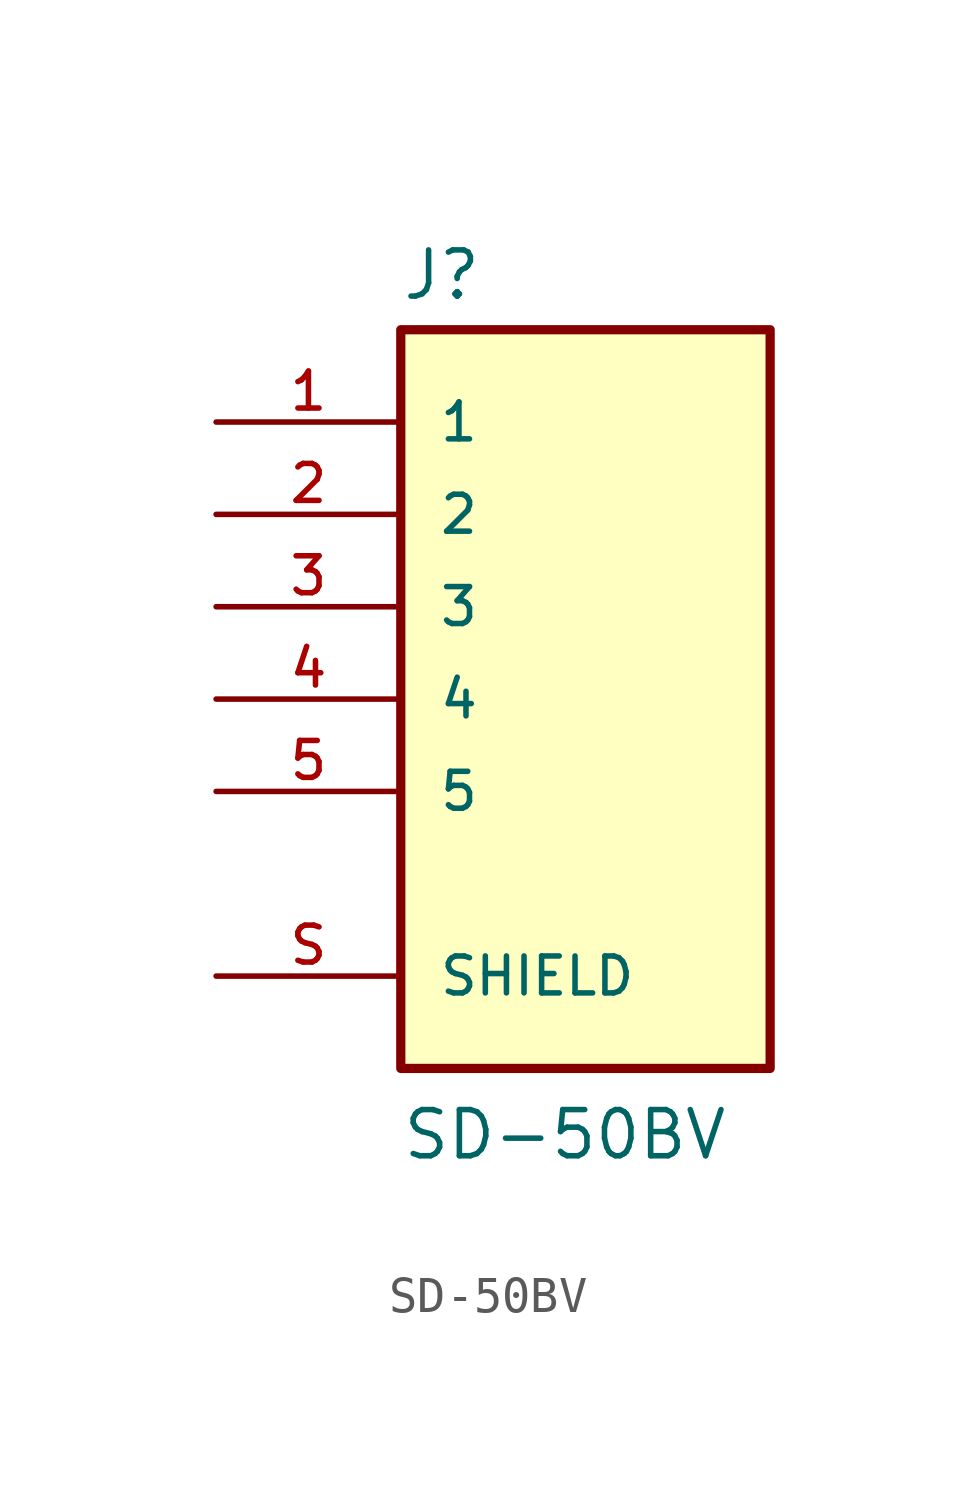
<source format=kicad_sym>
(kicad_symbol_lib
  (version 20211014)
  (generator kicad_symbol_editor)
  (symbol "SD-50BV"
    (pin_names
      (offset 1.016))
    (property "Reference" "J"
      (at -5.08 10.922 0)
      (effects (font (size 1.27 1.27)) (justify left bottom)))
    (property "Value" "SD-50BV"
      (at -5.08 -12.725 0)
      (effects (font (size 1.27 1.27)) (justify left bottom)))
    (property "ki_locked" ""
      (at 0 0 0)
      (effects (font (size 1.27 1.27))))
    (symbol "SD-50BV_0_0"
      (rectangle (start -5.08 -10.16) (end 5.08 10.16) (stroke (width 0.254) (type default) (color 0 0 0 0)) (fill (type background)))
      (pin passive line (at -10.16 7.62 0) (length 5.08) (name "1" (effects (font (size 1.016 1.016)))) (number "1" (effects (font (size 1.016 1.016)))))
      (pin passive line (at -10.16 5.08 0) (length 5.08) (name "2" (effects (font (size 1.016 1.016)))) (number "2" (effects (font (size 1.016 1.016)))))
      (pin passive line (at -10.16 2.54 0) (length 5.08) (name "3" (effects (font (size 1.016 1.016)))) (number "3" (effects (font (size 1.016 1.016)))))
      (pin passive line (at -10.16 0 0) (length 5.08) (name "4" (effects (font (size 1.016 1.016)))) (number "4" (effects (font (size 1.016 1.016)))))
      (pin passive line (at -10.16 -2.54 0) (length 5.08) (name "5" (effects (font (size 1.016 1.016)))) (number "5" (effects (font (size 1.016 1.016)))))
      (pin passive line (at -10.16 -7.62 0) (length 5.08) (name "SHIELD" (effects (font (size 1.016 1.016)))) (number "S" (effects (font (size 1.016 1.016))))))))
</source>
